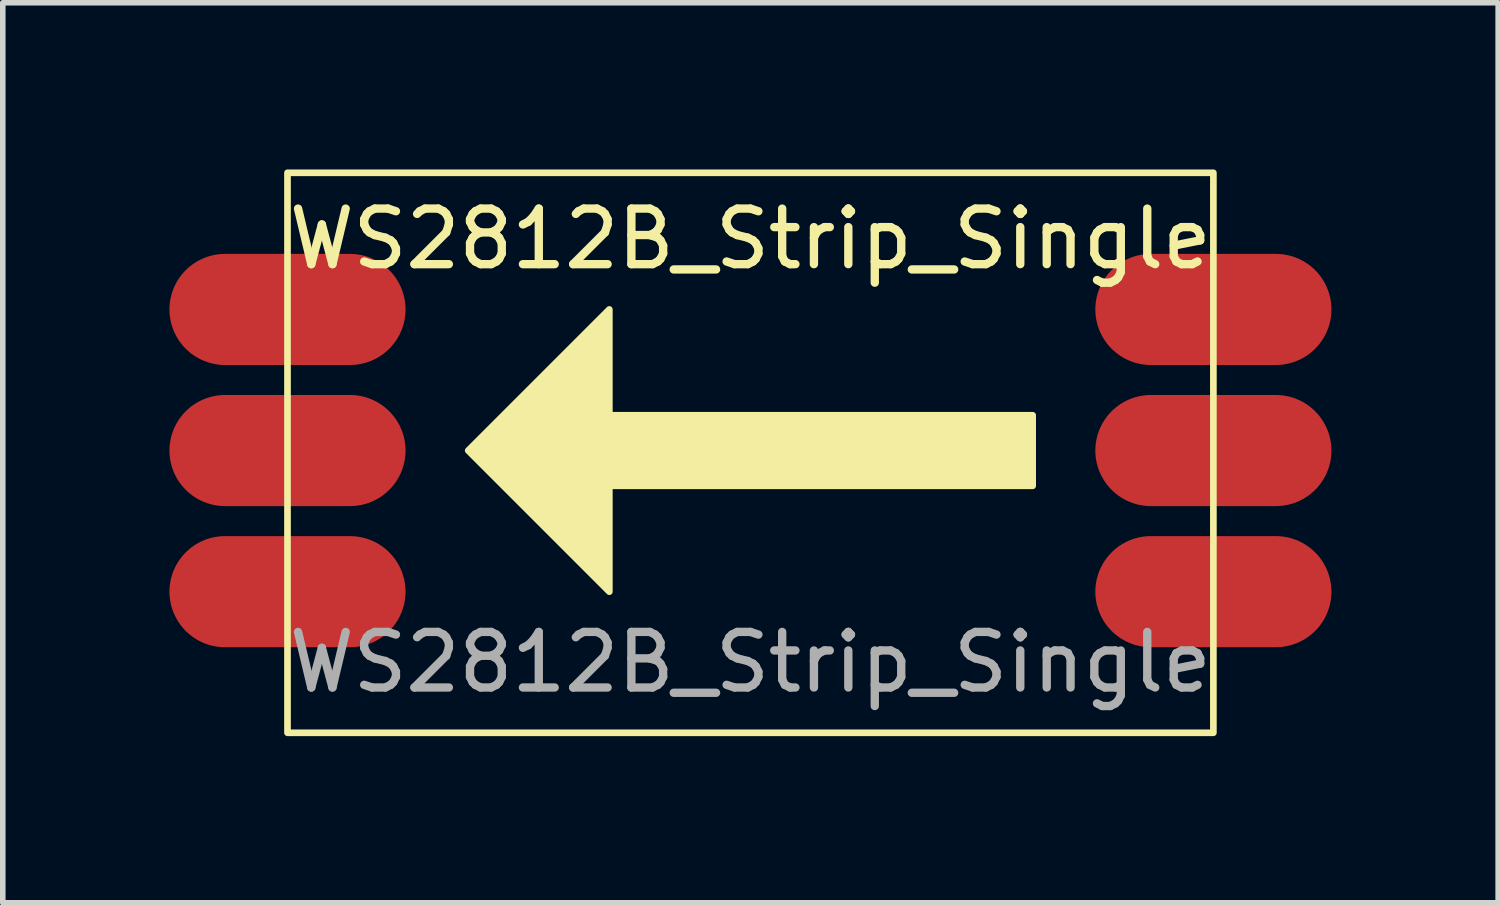
<source format=kicad_pcb>
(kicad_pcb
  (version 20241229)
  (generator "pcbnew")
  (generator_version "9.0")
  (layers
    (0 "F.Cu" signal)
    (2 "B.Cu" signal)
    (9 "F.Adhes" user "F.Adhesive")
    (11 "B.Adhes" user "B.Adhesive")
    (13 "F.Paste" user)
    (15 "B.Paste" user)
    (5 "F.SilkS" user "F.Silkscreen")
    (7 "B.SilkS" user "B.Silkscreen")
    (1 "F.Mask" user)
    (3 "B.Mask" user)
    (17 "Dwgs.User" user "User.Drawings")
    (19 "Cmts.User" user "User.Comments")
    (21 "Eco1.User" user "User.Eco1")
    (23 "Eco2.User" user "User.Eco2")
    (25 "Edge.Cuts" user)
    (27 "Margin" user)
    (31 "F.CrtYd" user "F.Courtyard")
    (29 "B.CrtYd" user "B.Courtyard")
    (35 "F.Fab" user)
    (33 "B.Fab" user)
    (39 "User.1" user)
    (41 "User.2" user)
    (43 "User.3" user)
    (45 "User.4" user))
  (footprint "WS2812B_Strip_Single"
    (layer "F.Cu")
    (at 10.458 5.06)
    (property "Reference" "WS2812B_Strip_Single" (at 0 -3.81 0) (unlocked yes) (layer "F.SilkS") (effects (font (size 1 1) (thickness 0.15))))
    (attr smd)
    (fp_rect (start -8.333 -5) (end 8.333 5.08) (stroke (width 0.12) (type solid)) (fill no) (layer "F.SilkS"))
    (fp_rect (start -2.54 -0.635) (end 5.08 0.635) (stroke (width 0.12) (type solid)) (fill yes) (layer "F.SilkS"))
    (fp_poly (pts (xy -2.54 2.54) (xy -5.08 0) (xy -2.54 -2.54)) (stroke (width 0.12) (type solid)) (fill yes) (layer "F.SilkS"))
    (fp_text user "${REFERENCE}" (at 0 3.81 0) (unlocked yes) (layer "F.Fab") (effects (font (size 1 1) (thickness 0.15))))
    (pad "1" smd oval (at -8.333 -2.54) (size 4.25 2) (layers "F.Cu" "F.Mask" "F.Paste"))
    (pad "1" smd oval (at 8.333 -2.54) (size 4.25 2) (layers "F.Cu" "F.Mask" "F.Paste"))
    (pad "2" smd oval (at -8.333 0) (size 4.25 2) (layers "F.Cu" "F.Mask" "F.Paste"))
    (pad "3" smd oval (at -8.333 2.54) (size 4.25 2) (layers "F.Cu" "F.Mask" "F.Paste"))
    (pad "3" smd oval (at 8.333 2.54) (size 4.25 2) (layers "F.Cu" "F.Mask" "F.Paste"))
    (pad "4" smd oval (at 8.333 0) (size 4.25 2) (layers "F.Cu" "F.Mask" "F.Paste")))
  (gr_rect
    (start -3 -3)
    (end 23.917 13.2)
    (stroke (width 0.1) (type default))
    (fill no)
    (layer "Edge.Cuts")))
</source>
